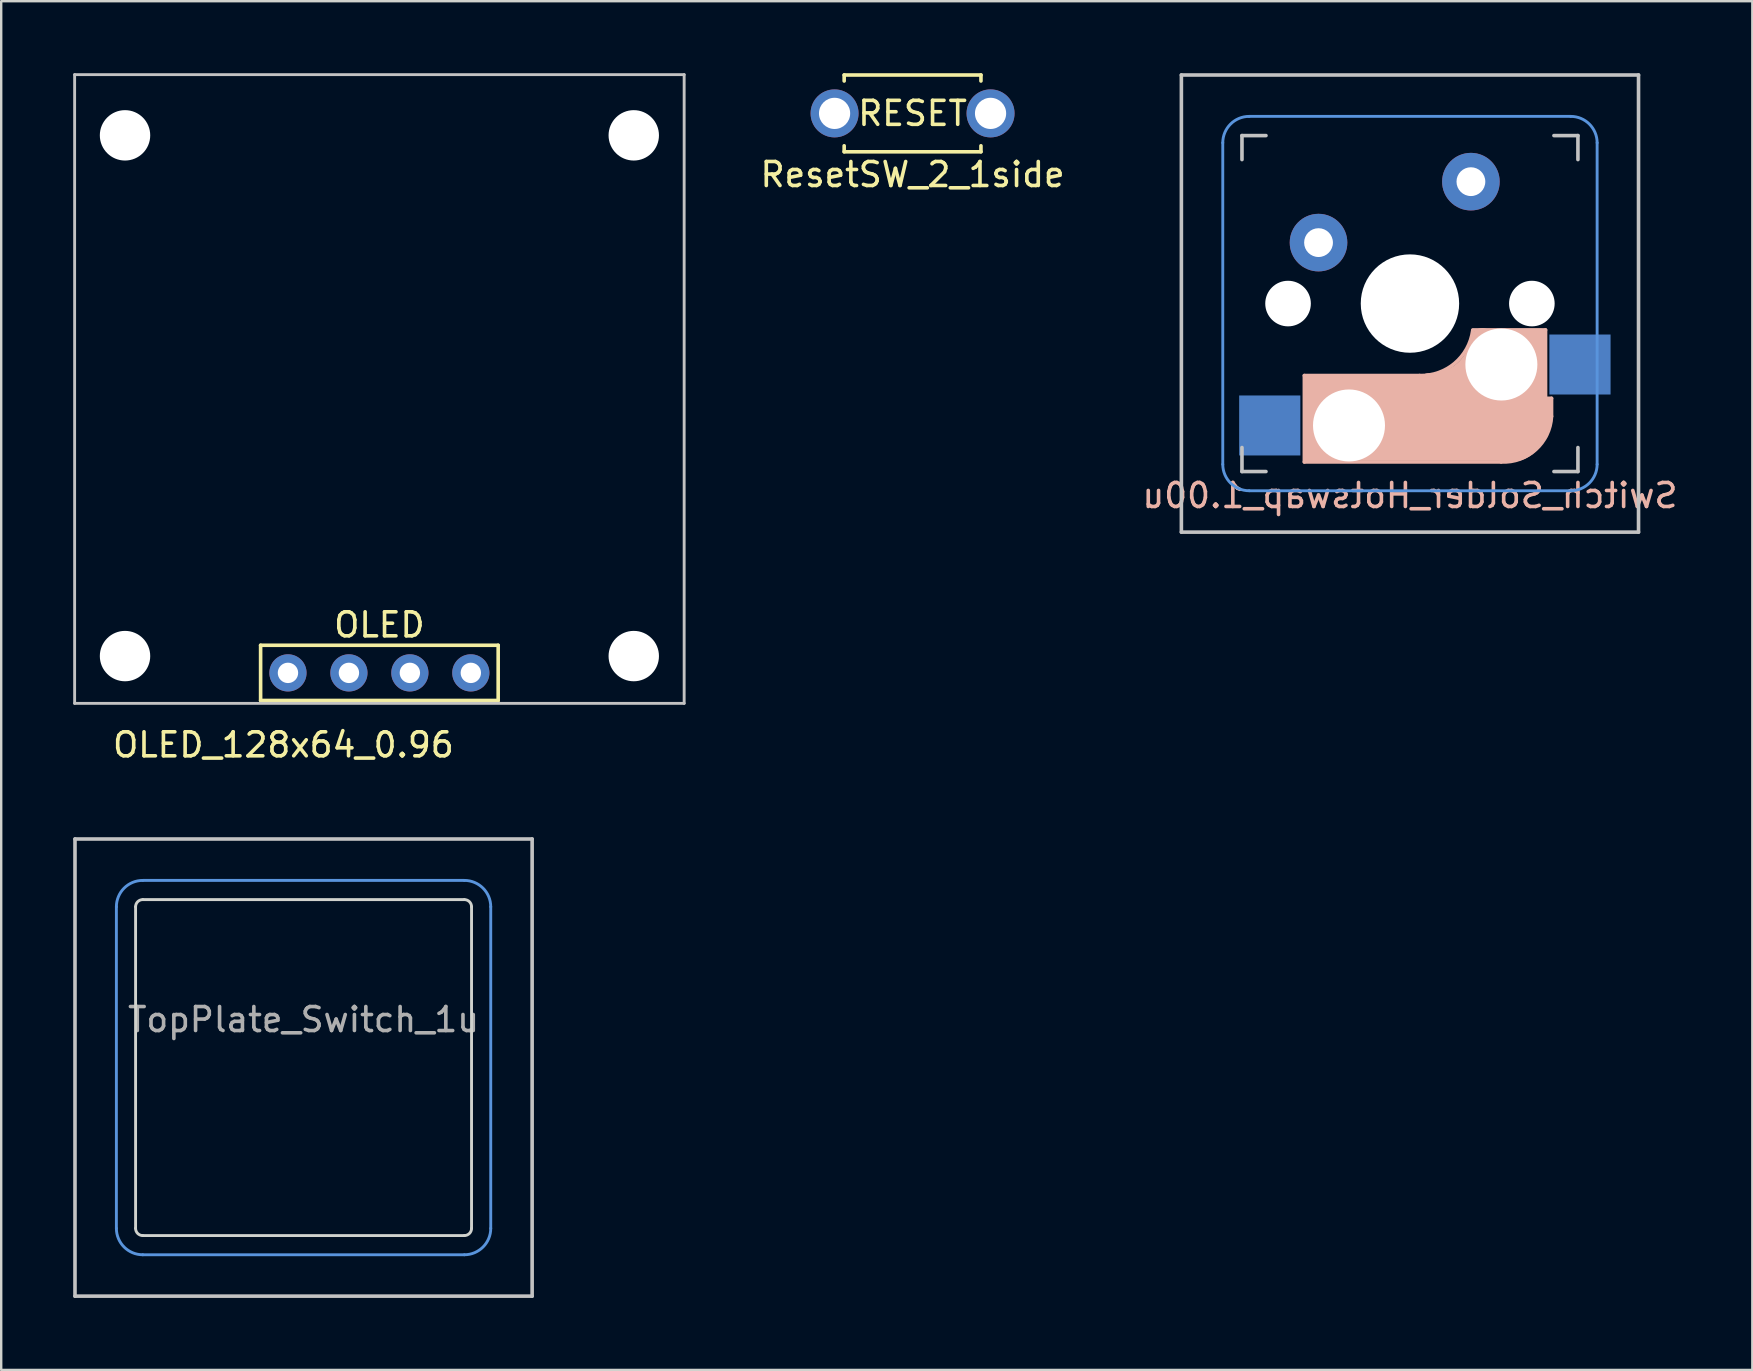
<source format=kicad_pcb>
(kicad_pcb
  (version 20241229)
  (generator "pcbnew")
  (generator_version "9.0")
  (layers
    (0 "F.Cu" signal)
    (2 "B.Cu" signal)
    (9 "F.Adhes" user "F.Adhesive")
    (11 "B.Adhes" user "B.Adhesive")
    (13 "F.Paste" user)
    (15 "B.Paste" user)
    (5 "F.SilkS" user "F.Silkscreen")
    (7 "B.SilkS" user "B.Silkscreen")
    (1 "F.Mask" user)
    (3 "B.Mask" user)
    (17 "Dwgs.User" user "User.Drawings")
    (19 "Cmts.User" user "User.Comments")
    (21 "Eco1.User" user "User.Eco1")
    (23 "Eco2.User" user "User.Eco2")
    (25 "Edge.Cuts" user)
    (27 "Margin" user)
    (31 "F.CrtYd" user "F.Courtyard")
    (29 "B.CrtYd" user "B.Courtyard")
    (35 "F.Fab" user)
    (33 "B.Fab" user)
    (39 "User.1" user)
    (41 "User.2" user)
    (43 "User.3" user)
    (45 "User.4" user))
  (footprint "OLED_128x64_0.96"
    (layer "F.Cu")
    (at 12.76 24.99)
    (property "Reference" "OLED_128x64_0.96" (at -4 3 0) (layer "F.SilkS") (effects (font (size 1 1) (thickness 0.15))))
    (attr through_hole)
    (fp_line (start -4.95 -1.15) (end 4.95 -1.15) (stroke (width 0.15) (type solid)) (layer "F.SilkS"))
    (fp_line (start -4.95 1.15) (end -4.95 -1.15) (stroke (width 0.15) (type solid)) (layer "F.SilkS"))
    (fp_line (start -4.95 1.15) (end 4.95 1.15) (stroke (width 0.15) (type solid)) (layer "F.SilkS"))
    (fp_line (start 4.95 -1.15) (end 4.95 1.15) (stroke (width 0.15) (type solid)) (layer "F.SilkS"))
    (fp_line (start -12.7 -24.93) (end 12.7 -24.93) (stroke (width 0.12) (type solid)) (layer "Dwgs.User"))
    (fp_line (start -12.7 1.27) (end -12.7 -24.93) (stroke (width 0.12) (type solid)) (layer "Dwgs.User"))
    (fp_line (start -12.7 1.27) (end 12.7 1.27) (stroke (width 0.12) (type solid)) (layer "Dwgs.User"))
    (fp_line (start 12.7 -24.93) (end 12.7 1.27) (stroke (width 0.12) (type solid)) (layer "Dwgs.User"))
    (fp_text user "OLED" (at 0 -2 0) (layer "F.SilkS") (effects (font (size 1 1) (thickness 0.15))))
    (pad "" np_thru_hole circle (at -10.6 -22.4) (size 2.1 2.1) (drill 2.1) (layers "*.Cu" "*.Mask"))
    (pad "" np_thru_hole circle (at -10.6 -0.7) (size 2.1 2.1) (drill 2.1) (layers "*.Cu" "*.Mask"))
    (pad "" np_thru_hole circle (at 10.6 -22.4) (size 2.1 2.1) (drill 2.1) (layers "*.Cu" "*.Mask"))
    (pad "" np_thru_hole circle (at 10.6 -0.7) (size 2.1 2.1) (drill 2.1) (layers "*.Cu" "*.Mask"))
    (pad "1" thru_hole circle (at -3.81 0) (size 1.55 1.55) (drill 0.85) (layers "*.Cu" "*.Mask"))
    (pad "2" thru_hole circle (at -1.27 0) (size 1.55 1.55) (drill 0.85) (layers "*.Cu" "*.Mask"))
    (pad "3" thru_hole circle (at 1.27 0) (size 1.55 1.55) (drill 0.85) (layers "*.Cu" "*.Mask"))
    (pad "4" thru_hole circle (at 3.81 0) (size 1.55 1.55) (drill 0.85) (layers "*.Cu" "*.Mask")))
  (footprint "TopPlate_Switch_1u"
    (layer "F.Cu")
    (at 9.6 41.438)
    (property "Reference" "TopPlate_Switch_1u" (at 0 -2 180) (layer "F.Fab") (effects (font (size 1 1) (thickness 0.15))))
    (attr through_hole)
    (fp_line (start -9.525 -9.525) (end 9.525 -9.525) (stroke (width 0.15) (type solid)) (layer "Dwgs.User"))
    (fp_line (start -9.525 9.525) (end -9.525 -9.525) (stroke (width 0.15) (type solid)) (layer "Dwgs.User"))
    (fp_line (start 9.525 -9.525) (end 9.525 9.525) (stroke (width 0.15) (type solid)) (layer "Dwgs.User"))
    (fp_line (start 9.525 9.525) (end -9.525 9.525) (stroke (width 0.15) (type solid)) (layer "Dwgs.User"))
    (fp_line (start -7.8 -6.7) (end -7.8 6.7) (stroke (width 0.12) (type solid)) (layer "Cmts.User"))
    (fp_line (start -6.7 7.8) (end 6.7 7.8) (stroke (width 0.12) (type solid)) (layer "Cmts.User"))
    (fp_line (start 6.7 -7.8) (end -6.7 -7.8) (stroke (width 0.12) (type solid)) (layer "Cmts.User"))
    (fp_line (start 7.8 6.7) (end 7.8 -6.7) (stroke (width 0.12) (type solid)) (layer "Cmts.User"))
    (fp_arc (start -7.8 -6.7) (mid -7.477817 -7.477817) (end -6.7 -7.8) (stroke (width 0.12) (type solid)) (layer "Cmts.User"))
    (fp_arc (start -6.7 7.8) (mid -7.477817 7.477817) (end -7.8 6.7) (stroke (width 0.12) (type solid)) (layer "Cmts.User"))
    (fp_arc (start 6.7 -7.8) (mid 7.477817 -7.477817) (end 7.8 -6.7) (stroke (width 0.12) (type solid)) (layer "Cmts.User"))
    (fp_arc (start 7.8 6.7) (mid 7.477817 7.477817) (end 6.7 7.8) (stroke (width 0.12) (type solid)) (layer "Cmts.User"))
    (fp_line (start -7 -6.7) (end -7 6.7) (stroke (width 0.12) (type solid)) (layer "Edge.Cuts"))
    (fp_line (start -6.7 7) (end 6.7 7) (stroke (width 0.12) (type solid)) (layer "Edge.Cuts"))
    (fp_line (start 6.7 -7) (end -6.7 -7) (stroke (width 0.12) (type solid)) (layer "Edge.Cuts"))
    (fp_line (start 7 6.7) (end 7 -6.7) (stroke (width 0.12) (type solid)) (layer "Edge.Cuts"))
    (fp_arc (start -7 -6.7) (mid -6.912132 -6.912132) (end -6.7 -7) (stroke (width 0.12) (type solid)) (layer "Edge.Cuts"))
    (fp_arc (start -6.7 7) (mid -6.912132 6.912132) (end -7 6.7) (stroke (width 0.12) (type solid)) (layer "Edge.Cuts"))
    (fp_arc (start 6.7 -7) (mid 6.912132 -6.912132) (end 7 -6.7) (stroke (width 0.12) (type solid)) (layer "Edge.Cuts"))
    (fp_arc (start 7 6.7) (mid 6.912132 6.912132) (end 6.7 7) (stroke (width 0.12) (type solid)) (layer "Edge.Cuts")))
  (footprint "Switch_Solder_Hotswap_1.00u"
    (layer "F.Cu")
    (at 55.705 9.6)
    (property "Reference" "Switch_Solder_Hotswap_1.00u" (at 0 8 0) (layer "B.SilkS") (effects (font (size 1 1) (thickness 0.15)) (justify mirror)))
    (attr through_hole)
    (fp_line (start -4.4 3) (end -4.4 6.6) (stroke (width 0.15) (type solid)) (layer "B.SilkS"))
    (fp_line (start -4.4 6.6) (end 3.8 6.6) (stroke (width 0.15) (type solid)) (layer "B.SilkS"))
    (fp_line (start -4.38 4) (end -4.38 6.25) (stroke (width 0.15) (type solid)) (layer "B.SilkS"))
    (fp_line (start -4.25 6.4) (end -3 6.4) (stroke (width 0.4) (type solid)) (layer "B.SilkS"))
    (fp_line (start -4.2 3.25) (end -2.9 3.3) (stroke (width 0.5) (type solid)) (layer "B.SilkS"))
    (fp_line (start -3.9 6) (end -3.9 3.5) (stroke (width 1) (type solid)) (layer "B.SilkS"))
    (fp_line (start -2.6 4.8) (end 4.1 4.8) (stroke (width 3.5) (type solid)) (layer "B.SilkS"))
    (fp_line (start 0.4 3) (end -4.4 3) (stroke (width 0.15) (type solid)) (layer "B.SilkS"))
    (fp_line (start 4.17 5.1) (end 4.17 2.86) (stroke (width 3) (type solid)) (layer "B.SilkS"))
    (fp_line (start 5.3 1.6) (end 5.3 3.4) (stroke (width 0.8) (type solid)) (layer "B.SilkS"))
    (fp_line (start 5.45 1.3) (end 3 1.3) (stroke (width 0.5) (type solid)) (layer "B.SilkS"))
    (fp_line (start 5.65 1.1) (end 2.62 1.1) (stroke (width 0.15) (type solid)) (layer "B.SilkS"))
    (fp_line (start 5.65 5.55) (end 5.65 1.1) (stroke (width 0.15) (type solid)) (layer "B.SilkS"))
    (fp_line (start 5.8 4.05) (end 5.8 4.7) (stroke (width 0.3) (type solid)) (layer "B.SilkS"))
    (fp_line (start 5.9 3.95) (end 5.7 3.95) (stroke (width 0.15) (type solid)) (layer "B.SilkS"))
    (fp_line (start 5.9 4.7) (end 5.9 3.95) (stroke (width 0.15) (type solid)) (layer "B.SilkS"))
    (fp_arc (start 2.616318 1.121471) (mid 1.868709 2.486118) (end 0.4 3) (stroke (width 0.15) (type solid)) (layer "B.SilkS"))
    (fp_arc (start 3.016318 1.521471) (mid 2.268709 2.886118) (end 0.8 3.4) (stroke (width 1) (type solid)) (layer "B.SilkS"))
    (fp_arc (start 5.9 4.699999) (mid 5.243504 6.084924) (end 3.800001 6.6) (stroke (width 0.15) (type solid)) (layer "B.SilkS"))
    (fp_line (start -9.525 -9.525) (end 9.525 -9.525) (stroke (width 0.15) (type solid)) (layer "Dwgs.User"))
    (fp_line (start -9.525 9.525) (end -9.525 -9.525) (stroke (width 0.15) (type solid)) (layer "Dwgs.User"))
    (fp_line (start -7 -7) (end -7 -6) (stroke (width 0.15) (type solid)) (layer "Dwgs.User"))
    (fp_line (start -7 7) (end -7 6) (stroke (width 0.15) (type solid)) (layer "Dwgs.User"))
    (fp_line (start -7 7) (end -6 7) (stroke (width 0.15) (type solid)) (layer "Dwgs.User"))
    (fp_line (start -6 -7) (end -7 -7) (stroke (width 0.15) (type solid)) (layer "Dwgs.User"))
    (fp_line (start 7 -7) (end 6 -7) (stroke (width 0.15) (type solid)) (layer "Dwgs.User"))
    (fp_line (start 7 -6) (end 7 -7) (stroke (width 0.15) (type solid)) (layer "Dwgs.User"))
    (fp_line (start 7 6) (end 7 7) (stroke (width 0.15) (type solid)) (layer "Dwgs.User"))
    (fp_line (start 7 7) (end 6 7) (stroke (width 0.15) (type solid)) (layer "Dwgs.User"))
    (fp_line (start 9.525 -9.525) (end 9.525 9.525) (stroke (width 0.15) (type solid)) (layer "Dwgs.User"))
    (fp_line (start 9.525 9.525) (end -9.525 9.525) (stroke (width 0.15) (type solid)) (layer "Dwgs.User"))
    (fp_line (start -7.8 -6.7) (end -7.8 6.7) (stroke (width 0.12) (type solid)) (layer "Cmts.User"))
    (fp_line (start -6.7 7.8) (end 6.7 7.8) (stroke (width 0.12) (type solid)) (layer "Cmts.User"))
    (fp_line (start 6.7 -7.8) (end -6.7 -7.8) (stroke (width 0.12) (type solid)) (layer "Cmts.User"))
    (fp_line (start 7.8 6.7) (end 7.8 -6.7) (stroke (width 0.12) (type solid)) (layer "Cmts.User"))
    (fp_arc (start -7.8 -6.7) (mid -7.477817 -7.477817) (end -6.7 -7.8) (stroke (width 0.12) (type solid)) (layer "Cmts.User"))
    (fp_arc (start -6.7 7.8) (mid -7.477817 7.477817) (end -7.8 6.7) (stroke (width 0.12) (type solid)) (layer "Cmts.User"))
    (fp_arc (start 6.7 -7.8) (mid 7.477817 -7.477817) (end 7.8 -6.7) (stroke (width 0.12) (type solid)) (layer "Cmts.User"))
    (fp_arc (start 7.8 6.7) (mid 7.477817 7.477817) (end 6.7 7.8) (stroke (width 0.12) (type solid)) (layer "Cmts.User"))
    (pad "" np_thru_hole circle (at -5.08 0 180) (size 1.9 1.9) (drill 1.9) (layers "*.Cu" "*.Mask"))
    (pad "" np_thru_hole circle (at -2.54 5.08 180) (size 3 3) (drill 3) (layers "*.Cu" "*.Mask"))
    (pad "" np_thru_hole circle (at 0 0) (size 4.1 4.1) (drill 4.1) (layers "*.Cu" "*.Mask"))
    (pad "" np_thru_hole circle (at 3.81 2.54 180) (size 3 3) (drill 3) (layers "*.Cu" "*.Mask"))
    (pad "" np_thru_hole circle (at 5.08 0 180) (size 1.9 1.9) (drill 1.9) (layers "*.Cu" "*.Mask"))
    (pad "1" thru_hole circle (at 2.54 -5.08) (size 2.4 2.4) (drill 1.2) (layers "*.Cu" "B.Mask"))
    (pad "1" smd rect (at 7.085 2.54) (size 2.55 2.5) (layers "B.Cu" "B.Mask" "B.Paste"))
    (pad "2" smd rect (at -5.842 5.08) (size 2.55 2.5) (layers "B.Cu" "B.Mask" "B.Paste"))
    (pad "2" thru_hole circle (at -3.81 -2.54) (size 2.4 2.4) (drill 1.2) (layers "*.Cu" "B.Mask")))
  (footprint "ResetSW_2_1side"
    (layer "F.Cu")
    (at 34.978 1.675)
    (property "Reference" "ResetSW_2_1side" (at 0 2.55 0) (layer "F.SilkS") (effects (font (size 1 1) (thickness 0.15))))
    (attr through_hole)
    (fp_line (start -2.85 -1.6) (end -2.85 -1.35) (stroke (width 0.15) (type solid)) (layer "F.SilkS"))
    (fp_line (start -2.85 -1.6) (end 2.85 -1.6) (stroke (width 0.15) (type solid)) (layer "F.SilkS"))
    (fp_line (start -2.85 1.6) (end -2.85 1.35) (stroke (width 0.15) (type solid)) (layer "F.SilkS"))
    (fp_line (start -2.85 1.6) (end 2.85 1.6) (stroke (width 0.15) (type solid)) (layer "F.SilkS"))
    (fp_line (start 2.85 -1.6) (end 2.85 -1.35) (stroke (width 0.15) (type solid)) (layer "F.SilkS"))
    (fp_line (start 2.85 1.6) (end 2.85 1.35) (stroke (width 0.15) (type solid)) (layer "F.SilkS"))
    (fp_text user "RESET" (at 0 0 0) (layer "F.SilkS") (effects (font (size 1 1) (thickness 0.15))))
    (pad "1" thru_hole circle (at 3.25 0) (size 2 2) (drill 1.3) (layers "*.Cu" "*.Mask"))
    (pad "2" thru_hole circle (at -3.25 0) (size 2 2) (drill 1.3) (layers "*.Cu" "*.Mask")))
  (gr_rect
    (start -3 -3)
    (end 69.972 54.038)
    (stroke (width 0.1) (type default))
    (fill no)
    (layer "Edge.Cuts")))
</source>
